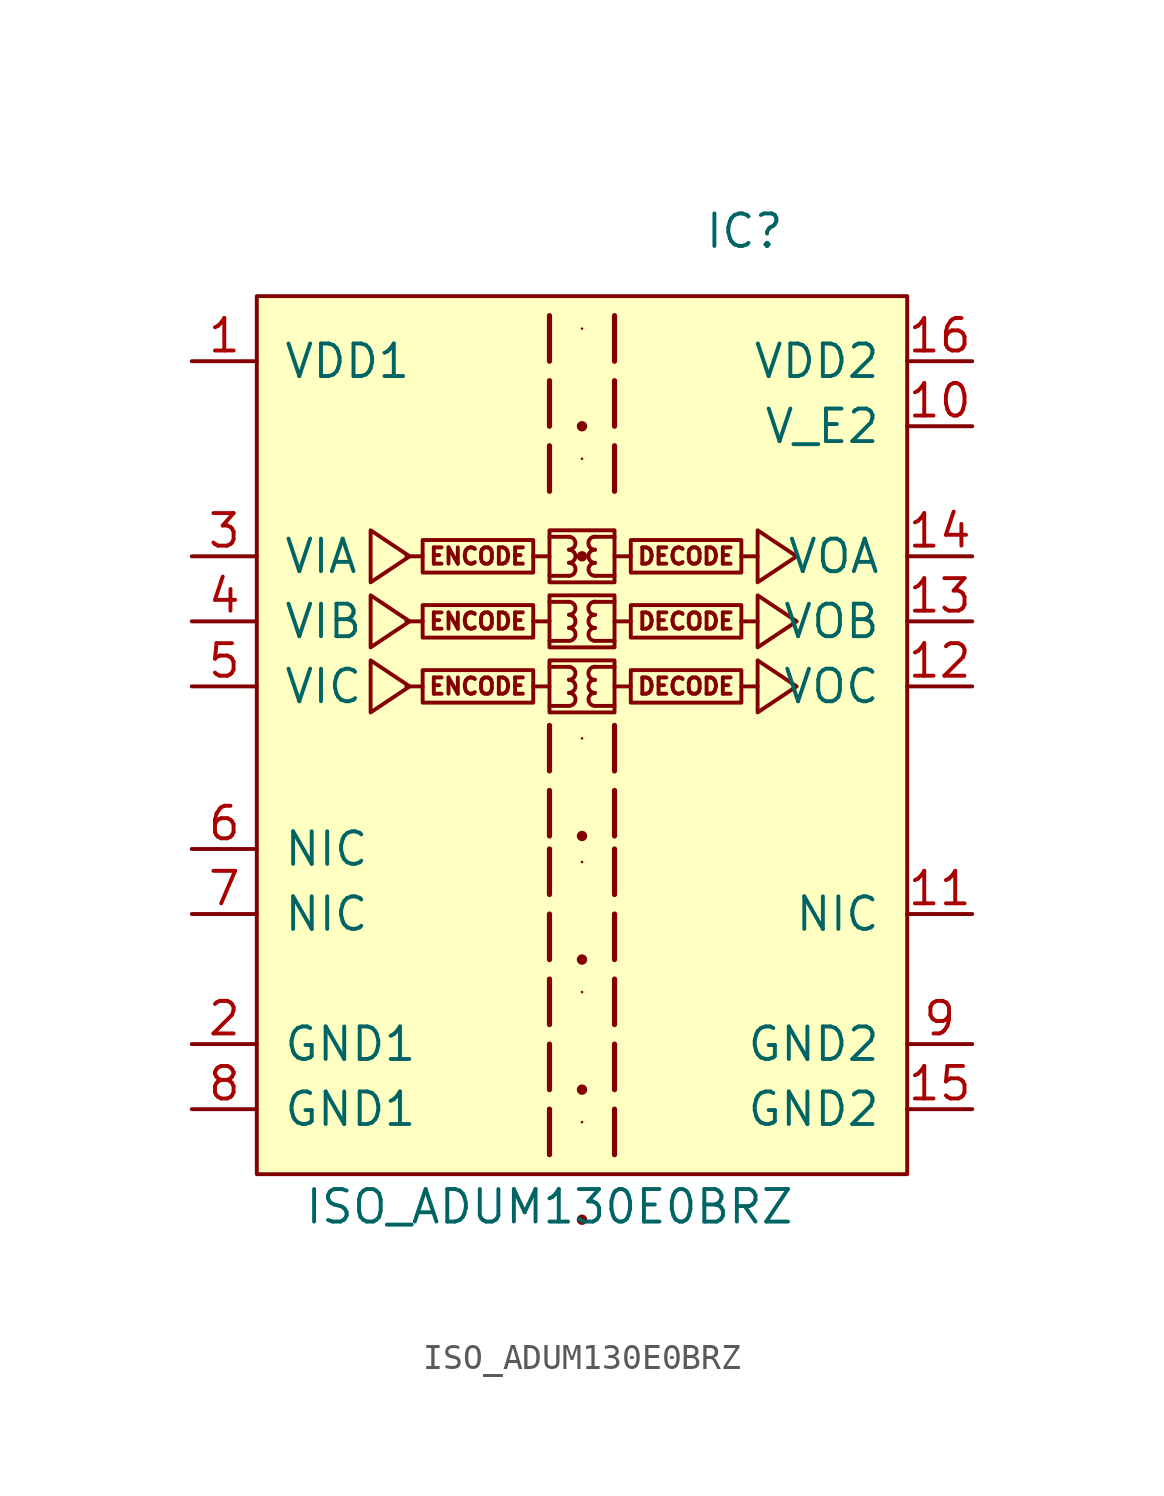
<source format=kicad_sym>
(kicad_symbol_lib
  (version 20211014)
  (generator kicad_symbol_editor)
  (symbol "ISO_ADUM130E0BRZ"
    (pin_names
      (offset 1.016))
    (property "Reference" "IC"
      (at 6.35 20.32 0)
      (effects (font (size 1.27 1.27))))
    (property "Value" "ISO_ADUM130E0BRZ"
      (at -1.27 -17.78 0)
      (effects (font (size 1.27 1.27))))
    (symbol "ISO_ADUM130E0BRZ_0_1"
      (rectangle (start -12.7 17.78) (end 12.7 -16.51) (stroke (width 0) (type default) (color 0 0 0 0)) (fill (type background)))
      (polyline (pts (xy -1.27 14.478) (xy -1.27 12.954) (xy -1.27 12.7)) (stroke (width 0.203) (type default) (color 0 0 0 0)) (fill (type none))))
    (symbol "ISO_ADUM130E0BRZ_1_1"
      (rectangle (start -1.905 3.175) (end -6.223 1.905) (stroke (width 0) (type default) (color 0 0 0 0)) (fill (type none)))
      (rectangle (start -1.905 5.715) (end -6.223 4.445) (stroke (width 0) (type default) (color 0 0 0 0)) (fill (type none)))
      (rectangle (start -1.905 8.255) (end -6.223 6.985) (stroke (width 0) (type default) (color 0 0 0 0)) (fill (type none)))
      (rectangle (start -1.27 3.556) (end 1.27 1.524) (stroke (width 0) (type default) (color 0 0 0 0)) (fill (type none)))
      (rectangle (start -1.27 6.096) (end 1.27 4.064) (stroke (width 0) (type default) (color 0 0 0 0)) (fill (type none)))
      (rectangle (start -1.27 8.636) (end 1.27 6.604) (stroke (width 0) (type default) (color 0 0 0 0)) (fill (type none)))
      (arc (start -0.508 1.778) (mid -0.254 2.032) (end -0.508 2.286) (stroke (width 0) (type default) (color 0 0 0 0)) (fill (type none)))
      (arc (start -0.508 2.286) (mid -0.254 2.54) (end -0.508 2.794) (stroke (width 0) (type default) (color 0 0 0 0)) (fill (type none)))
      (arc (start -0.508 2.794) (mid -0.254 3.048) (end -0.508 3.302) (stroke (width 0) (type default) (color 0 0 0 0)) (fill (type none)))
      (arc (start -0.508 4.318) (mid -0.254 4.572) (end -0.508 4.826) (stroke (width 0) (type default) (color 0 0 0 0)) (fill (type none)))
      (arc (start -0.508 4.826) (mid -0.254 5.08) (end -0.508 5.334) (stroke (width 0) (type default) (color 0 0 0 0)) (fill (type none)))
      (arc (start -0.508 5.334) (mid -0.254 5.588) (end -0.508 5.842) (stroke (width 0) (type default) (color 0 0 0 0)) (fill (type none)))
      (arc (start -0.508 6.858) (mid -0.254 7.112) (end -0.508 7.366) (stroke (width 0) (type default) (color 0 0 0 0)) (fill (type none)))
      (arc (start -0.508 7.366) (mid -0.254 7.62) (end -0.508 7.874) (stroke (width 0) (type default) (color 0 0 0 0)) (fill (type none)))
      (arc (start -0.508 7.874) (mid -0.254 8.128) (end -0.508 8.382) (stroke (width 0) (type default) (color 0 0 0 0)) (fill (type none)))
      (polyline (pts (xy -6.223 2.54) (xy -6.858 2.54)) (stroke (width 0) (type default) (color 0 0 0 0)) (fill (type none)))
      (polyline (pts (xy -6.223 5.08) (xy -6.858 5.08)) (stroke (width 0) (type default) (color 0 0 0 0)) (fill (type none)))
      (polyline (pts (xy -6.223 7.62) (xy -6.858 7.62)) (stroke (width 0) (type default) (color 0 0 0 0)) (fill (type none)))
      (polyline (pts (xy -1.905 2.54) (xy -1.27 2.54)) (stroke (width 0) (type default) (color 0 0 0 0)) (fill (type none)))
      (polyline (pts (xy -1.905 5.08) (xy -1.27 5.08)) (stroke (width 0) (type default) (color 0 0 0 0)) (fill (type none)))
      (polyline (pts (xy -1.905 7.62) (xy -1.27 7.62)) (stroke (width 0) (type default) (color 0 0 0 0)) (fill (type none)))
      (polyline (pts (xy -1.27 1.778) (xy -0.508 1.778)) (stroke (width 0) (type default) (color 0 0 0 0)) (fill (type none)))
      (polyline (pts (xy -1.27 3.302) (xy -0.508 3.302)) (stroke (width 0) (type default) (color 0 0 0 0)) (fill (type none)))
      (polyline (pts (xy -1.27 4.318) (xy -0.508 4.318)) (stroke (width 0) (type default) (color 0 0 0 0)) (fill (type none)))
      (polyline (pts (xy -1.27 5.842) (xy -0.508 5.842)) (stroke (width 0) (type default) (color 0 0 0 0)) (fill (type none)))
      (polyline (pts (xy -1.27 6.858) (xy -0.508 6.858)) (stroke (width 0) (type default) (color 0 0 0 0)) (fill (type none)))
      (polyline (pts (xy -1.27 8.382) (xy -0.508 8.382)) (stroke (width 0) (type default) (color 0 0 0 0)) (fill (type none)))
      (polyline (pts (xy 0 -18.288) (xy 0 -18.288)) (stroke (width 0.406) (type default) (color 0 0 0 0)) (fill (type none)))
      (polyline (pts (xy 0 -14.478) (xy 0 -14.478)) (stroke (width 0.102) (type default) (color 0 0 0 0)) (fill (type none)))
      (polyline (pts (xy 0 -13.208) (xy 0 -13.208)) (stroke (width 0.406) (type default) (color 0 0 0 0)) (fill (type none)))
      (polyline (pts (xy 0 -9.398) (xy 0 -9.398)) (stroke (width 0.102) (type default) (color 0 0 0 0)) (fill (type none)))
      (polyline (pts (xy 0 -8.128) (xy 0 -8.128)) (stroke (width 0.406) (type default) (color 0 0 0 0)) (fill (type none)))
      (polyline (pts (xy 0 -4.318) (xy 0 -4.318)) (stroke (width 0.102) (type default) (color 0 0 0 0)) (fill (type none)))
      (polyline (pts (xy 0 -3.302) (xy 0 -3.302)) (stroke (width 0.406) (type default) (color 0 0 0 0)) (fill (type none)))
      (polyline (pts (xy 0 0.508) (xy 0 0.508)) (stroke (width 0.102) (type default) (color 0 0 0 0)) (fill (type none)))
      (polyline (pts (xy 0 7.62) (xy 0 7.62)) (stroke (width 0.406) (type default) (color 0 0 0 0)) (fill (type none)))
      (polyline (pts (xy 0 11.43) (xy 0 11.43)) (stroke (width 0.102) (type default) (color 0 0 0 0)) (fill (type none)))
      (polyline (pts (xy 0 12.7) (xy 0 12.7)) (stroke (width 0.406) (type default) (color 0 0 0 0)) (fill (type none)))
      (polyline (pts (xy 0 16.51) (xy 0 16.51)) (stroke (width 0.102) (type default) (color 0 0 0 0)) (fill (type none)))
      (polyline (pts (xy 1.27 1.778) (xy 0.508 1.778)) (stroke (width 0) (type default) (color 0 0 0 0)) (fill (type none)))
      (polyline (pts (xy 1.27 3.302) (xy 0.508 3.302)) (stroke (width 0) (type default) (color 0 0 0 0)) (fill (type none)))
      (polyline (pts (xy 1.27 4.318) (xy 0.508 4.318)) (stroke (width 0) (type default) (color 0 0 0 0)) (fill (type none)))
      (polyline (pts (xy 1.27 5.842) (xy 0.508 5.842)) (stroke (width 0) (type default) (color 0 0 0 0)) (fill (type none)))
      (polyline (pts (xy 1.27 6.858) (xy 0.508 6.858)) (stroke (width 0) (type default) (color 0 0 0 0)) (fill (type none)))
      (polyline (pts (xy 1.27 8.382) (xy 0.508 8.382)) (stroke (width 0) (type default) (color 0 0 0 0)) (fill (type none)))
      (polyline (pts (xy 1.905 2.54) (xy 1.27 2.54)) (stroke (width 0) (type default) (color 0 0 0 0)) (fill (type none)))
      (polyline (pts (xy 1.905 5.08) (xy 1.27 5.08)) (stroke (width 0) (type default) (color 0 0 0 0)) (fill (type none)))
      (polyline (pts (xy 1.905 7.62) (xy 1.27 7.62)) (stroke (width 0) (type default) (color 0 0 0 0)) (fill (type none)))
      (polyline (pts (xy 6.223 2.54) (xy 6.858 2.54)) (stroke (width 0) (type default) (color 0 0 0 0)) (fill (type none)))
      (polyline (pts (xy 6.223 5.08) (xy 6.858 5.08)) (stroke (width 0) (type default) (color 0 0 0 0)) (fill (type none)))
      (polyline (pts (xy 6.223 7.62) (xy 6.858 7.62)) (stroke (width 0) (type default) (color 0 0 0 0)) (fill (type none)))
      (polyline (pts (xy -1.27 -13.97) (xy -1.27 -15.494) (xy -1.27 -15.748)) (stroke (width 0.203) (type default) (color 0 0 0 0)) (fill (type none)))
      (polyline (pts (xy -1.27 -11.43) (xy -1.27 -12.954) (xy -1.27 -13.208)) (stroke (width 0.203) (type default) (color 0 0 0 0)) (fill (type none)))
      (polyline (pts (xy -1.27 -8.89) (xy -1.27 -10.414) (xy -1.27 -10.668)) (stroke (width 0.203) (type default) (color 0 0 0 0)) (fill (type none)))
      (polyline (pts (xy -1.27 -6.35) (xy -1.27 -7.874) (xy -1.27 -8.128)) (stroke (width 0.203) (type default) (color 0 0 0 0)) (fill (type none)))
      (polyline (pts (xy -1.27 -3.81) (xy -1.27 -5.334) (xy -1.27 -5.588)) (stroke (width 0.203) (type default) (color 0 0 0 0)) (fill (type none)))
      (polyline (pts (xy -1.27 -1.524) (xy -1.27 -3.048) (xy -1.27 -3.302)) (stroke (width 0.203) (type default) (color 0 0 0 0)) (fill (type none)))
      (polyline (pts (xy -1.27 1.016) (xy -1.27 -0.508) (xy -1.27 -0.762)) (stroke (width 0.203) (type default) (color 0 0 0 0)) (fill (type none)))
      (polyline (pts (xy -1.27 11.938) (xy -1.27 10.414) (xy -1.27 10.16)) (stroke (width 0.203) (type default) (color 0 0 0 0)) (fill (type none)))
      (polyline (pts (xy -1.27 17.018) (xy -1.27 15.494) (xy -1.27 15.24)) (stroke (width 0.203) (type default) (color 0 0 0 0)) (fill (type none)))
      (polyline (pts (xy 1.27 -13.97) (xy 1.27 -15.494) (xy 1.27 -15.748)) (stroke (width 0.203) (type default) (color 0 0 0 0)) (fill (type none)))
      (polyline (pts (xy 1.27 -11.43) (xy 1.27 -12.954) (xy 1.27 -13.208)) (stroke (width 0.203) (type default) (color 0 0 0 0)) (fill (type none)))
      (polyline (pts (xy 1.27 -8.89) (xy 1.27 -10.414) (xy 1.27 -10.668)) (stroke (width 0.203) (type default) (color 0 0 0 0)) (fill (type none)))
      (polyline (pts (xy 1.27 -6.35) (xy 1.27 -7.874) (xy 1.27 -8.128)) (stroke (width 0.203) (type default) (color 0 0 0 0)) (fill (type none)))
      (polyline (pts (xy 1.27 -3.81) (xy 1.27 -5.334) (xy 1.27 -5.588)) (stroke (width 0.203) (type default) (color 0 0 0 0)) (fill (type none)))
      (polyline (pts (xy 1.27 -1.524) (xy 1.27 -3.048) (xy 1.27 -3.302)) (stroke (width 0.203) (type default) (color 0 0 0 0)) (fill (type none)))
      (polyline (pts (xy 1.27 1.016) (xy 1.27 -0.508) (xy 1.27 -0.762)) (stroke (width 0.203) (type default) (color 0 0 0 0)) (fill (type none)))
      (polyline (pts (xy 1.27 11.938) (xy 1.27 10.414) (xy 1.27 10.16)) (stroke (width 0.203) (type default) (color 0 0 0 0)) (fill (type none)))
      (polyline (pts (xy 1.27 14.478) (xy 1.27 12.954) (xy 1.27 12.7)) (stroke (width 0.203) (type default) (color 0 0 0 0)) (fill (type none)))
      (polyline (pts (xy 1.27 17.018) (xy 1.27 15.494) (xy 1.27 15.24)) (stroke (width 0.203) (type default) (color 0 0 0 0)) (fill (type none)))
      (polyline (pts (xy -6.731 2.54) (xy -8.255 3.556) (xy -8.255 1.524) (xy -6.731 2.54)) (stroke (width 0) (type default) (color 0 0 0 0)) (fill (type none)))
      (polyline (pts (xy -6.731 5.08) (xy -8.255 6.096) (xy -8.255 4.064) (xy -6.731 5.08)) (stroke (width 0) (type default) (color 0 0 0 0)) (fill (type none)))
      (polyline (pts (xy -6.731 7.62) (xy -8.255 8.636) (xy -8.255 6.604) (xy -6.731 7.62)) (stroke (width 0) (type default) (color 0 0 0 0)) (fill (type none)))
      (polyline (pts (xy 8.382 2.54) (xy 6.858 3.556) (xy 6.858 1.524) (xy 8.382 2.54)) (stroke (width 0) (type default) (color 0 0 0 0)) (fill (type none)))
      (polyline (pts (xy 8.382 5.08) (xy 6.858 6.096) (xy 6.858 4.064) (xy 8.382 5.08)) (stroke (width 0) (type default) (color 0 0 0 0)) (fill (type none)))
      (polyline (pts (xy 8.382 7.62) (xy 6.858 8.636) (xy 6.858 6.604) (xy 8.382 7.62)) (stroke (width 0) (type default) (color 0 0 0 0)) (fill (type none)))
      (arc (start 0.508 2.286) (mid 0.254 2.032) (end 0.508 1.778) (stroke (width 0) (type default) (color 0 0 0 0)) (fill (type none)))
      (arc (start 0.508 2.794) (mid 0.254 2.54) (end 0.508 2.286) (stroke (width 0) (type default) (color 0 0 0 0)) (fill (type none)))
      (arc (start 0.508 3.302) (mid 0.254 3.048) (end 0.508 2.794) (stroke (width 0) (type default) (color 0 0 0 0)) (fill (type none)))
      (arc (start 0.508 4.826) (mid 0.254 4.572) (end 0.508 4.318) (stroke (width 0) (type default) (color 0 0 0 0)) (fill (type none)))
      (arc (start 0.508 5.334) (mid 0.254 5.08) (end 0.508 4.826) (stroke (width 0) (type default) (color 0 0 0 0)) (fill (type none)))
      (arc (start 0.508 5.842) (mid 0.254 5.588) (end 0.508 5.334) (stroke (width 0) (type default) (color 0 0 0 0)) (fill (type none)))
      (arc (start 0.508 7.366) (mid 0.254 7.112) (end 0.508 6.858) (stroke (width 0) (type default) (color 0 0 0 0)) (fill (type none)))
      (arc (start 0.508 7.874) (mid 0.254 7.62) (end 0.508 7.366) (stroke (width 0) (type default) (color 0 0 0 0)) (fill (type none)))
      (arc (start 0.508 8.382) (mid 0.254 8.128) (end 0.508 7.874) (stroke (width 0) (type default) (color 0 0 0 0)) (fill (type none)))
      (rectangle (start 1.905 3.175) (end 6.223 1.905) (stroke (width 0) (type default) (color 0 0 0 0)) (fill (type none)))
      (rectangle (start 1.905 5.715) (end 6.223 4.445) (stroke (width 0) (type default) (color 0 0 0 0)) (fill (type none)))
      (rectangle (start 1.905 8.255) (end 6.223 6.985) (stroke (width 0) (type default) (color 0 0 0 0)) (fill (type none)))
      (text "DECODE" (at 4.064 2.54 0) (effects (font (size 0.635 0.635))))
      (text "DECODE" (at 4.064 5.08 0) (effects (font (size 0.635 0.635))))
      (text "DECODE" (at 4.064 7.62 0) (effects (font (size 0.635 0.635))))
      (text "ENCODE" (at -4.064 2.54 0) (effects (font (size 0.635 0.635))))
      (text "ENCODE" (at -4.064 5.08 0) (effects (font (size 0.635 0.635))))
      (text "ENCODE" (at -4.064 7.62 0) (effects (font (size 0.635 0.635))))
      (pin power_in line (at -15.24 15.24 0) (length 2.54) (name "VDD1" (effects (font (size 1.27 1.27)))) (number "1" (effects (font (size 1.27 1.27)))))
      (pin passive line (at 15.24 12.7 180) (length 2.54) (name "V_E2" (effects (font (size 1.27 1.27)))) (number "10" (effects (font (size 1.27 1.27)))))
      (pin passive line (at 15.24 -6.35 180) (length 2.54) (name "NIC" (effects (font (size 1.27 1.27)))) (number "11" (effects (font (size 1.27 1.27)))))
      (pin output line (at 15.24 2.54 180) (length 2.54) (name "VOC" (effects (font (size 1.27 1.27)))) (number "12" (effects (font (size 1.27 1.27)))))
      (pin output line (at 15.24 5.08 180) (length 2.54) (name "VOB" (effects (font (size 1.27 1.27)))) (number "13" (effects (font (size 1.27 1.27)))))
      (pin output line (at 15.24 7.62 180) (length 2.54) (name "VOA" (effects (font (size 1.27 1.27)))) (number "14" (effects (font (size 1.27 1.27)))))
      (pin power_in line (at 15.24 -13.97 180) (length 2.54) (name "GND2" (effects (font (size 1.27 1.27)))) (number "15" (effects (font (size 1.27 1.27)))))
      (pin power_in line (at 15.24 15.24 180) (length 2.54) (name "VDD2" (effects (font (size 1.27 1.27)))) (number "16" (effects (font (size 1.27 1.27)))))
      (pin power_in line (at -15.24 -11.43 0) (length 2.54) (name "GND1" (effects (font (size 1.27 1.27)))) (number "2" (effects (font (size 1.27 1.27)))))
      (pin input line (at -15.24 7.62 0) (length 2.54) (name "VIA" (effects (font (size 1.27 1.27)))) (number "3" (effects (font (size 1.27 1.27)))))
      (pin input line (at -15.24 5.08 0) (length 2.54) (name "VIB" (effects (font (size 1.27 1.27)))) (number "4" (effects (font (size 1.27 1.27)))))
      (pin input line (at -15.24 2.54 0) (length 2.54) (name "VIC" (effects (font (size 1.27 1.27)))) (number "5" (effects (font (size 1.27 1.27)))))
      (pin passive line (at -15.24 -3.81 0) (length 2.54) (name "NIC" (effects (font (size 1.27 1.27)))) (number "6" (effects (font (size 1.27 1.27)))))
      (pin passive line (at -15.24 -6.35 0) (length 2.54) (name "NIC" (effects (font (size 1.27 1.27)))) (number "7" (effects (font (size 1.27 1.27)))))
      (pin power_in line (at -15.24 -13.97 0) (length 2.54) (name "GND1" (effects (font (size 1.27 1.27)))) (number "8" (effects (font (size 1.27 1.27)))))
      (pin power_in line (at 15.24 -11.43 180) (length 2.54) (name "GND2" (effects (font (size 1.27 1.27)))) (number "9" (effects (font (size 1.27 1.27))))))))
</source>
